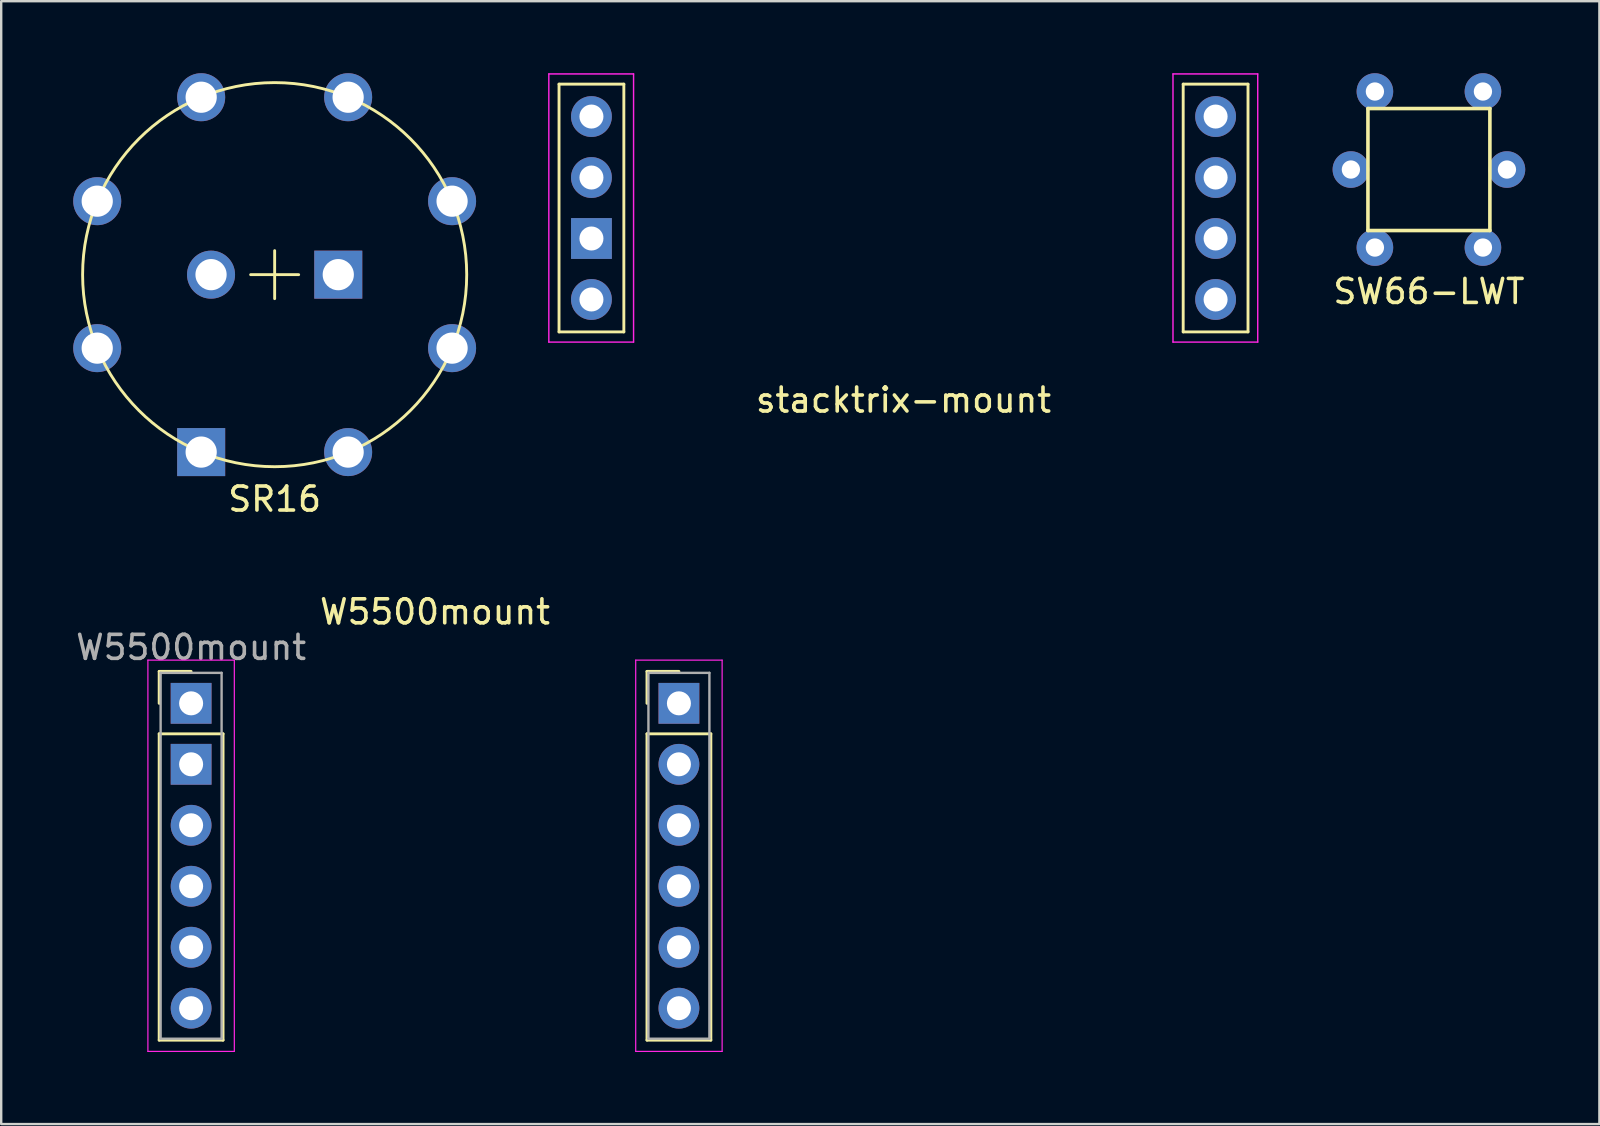
<source format=kicad_pcb>
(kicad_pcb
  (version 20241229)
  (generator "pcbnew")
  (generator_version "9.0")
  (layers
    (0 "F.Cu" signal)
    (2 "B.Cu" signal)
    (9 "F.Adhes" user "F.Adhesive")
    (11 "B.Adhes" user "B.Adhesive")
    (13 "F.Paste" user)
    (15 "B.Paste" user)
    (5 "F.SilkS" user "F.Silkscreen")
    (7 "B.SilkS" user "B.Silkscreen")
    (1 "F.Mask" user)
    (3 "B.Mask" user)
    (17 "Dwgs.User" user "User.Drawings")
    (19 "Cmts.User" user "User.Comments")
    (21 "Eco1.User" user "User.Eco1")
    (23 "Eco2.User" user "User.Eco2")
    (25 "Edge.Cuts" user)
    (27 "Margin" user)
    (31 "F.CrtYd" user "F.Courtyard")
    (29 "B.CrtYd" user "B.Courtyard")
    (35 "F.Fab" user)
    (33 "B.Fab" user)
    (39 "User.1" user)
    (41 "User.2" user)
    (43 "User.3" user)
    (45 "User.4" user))
  (footprint "SW66-LWT"
    (layer "F.Cu")
    (at 56.473 4.012)
    (property "Reference" "SW66-LWT" (at 0 5.08 0) (layer "F.SilkS") (effects (font (size 1 1) (thickness 0.15))))
    (attr through_hole)
    (fp_line (start -2.54 -2.54) (end 2.54 -2.54) (stroke (width 0.15) (type solid)) (layer "F.SilkS"))
    (fp_line (start -2.54 2.54) (end -2.54 -2.54) (stroke (width 0.15) (type solid)) (layer "F.SilkS"))
    (fp_line (start 2.54 -2.54) (end 2.54 2.54) (stroke (width 0.15) (type solid)) (layer "F.SilkS"))
    (fp_line (start 2.54 2.54) (end -2.54 2.54) (stroke (width 0.15) (type solid)) (layer "F.SilkS"))
    (pad "1" thru_hole circle (at -2.25 -3.25) (size 1.524 1.524) (drill 0.762) (layers "*.Cu" "*.Mask"))
    (pad "1" thru_hole circle (at -2.25 3.25) (size 1.524 1.524) (drill 0.762) (layers "*.Cu" "*.Mask"))
    (pad "2" thru_hole circle (at 2.25 -3.25) (size 1.524 1.524) (drill 0.762) (layers "*.Cu" "*.Mask"))
    (pad "2" thru_hole circle (at 2.25 3.25) (size 1.524 1.524) (drill 0.762) (layers "*.Cu" "*.Mask"))
    (pad "3" thru_hole circle (at -3.25 0) (size 1.524 1.524) (drill 0.762) (layers "*.Cu" "*.Mask"))
    (pad "4" thru_hole circle (at 3.25 0) (size 1.524 1.524) (drill 0.762) (layers "*.Cu" "*.Mask")))
  (footprint "W5500mount"
    (layer "F.Cu")
    (at 4.911 26.248)
    (property "Reference" "W5500mount" (at 10.16 -3.81 0) (layer "F.SilkS") (effects (font (size 1 1) (thickness 0.15))))
    (attr through_hole)
    (fp_line (start -1.33 -1.33) (end 0 -1.33) (stroke (width 0.12) (type solid)) (layer "F.SilkS"))
    (fp_line (start -1.33 0) (end -1.33 -1.33) (stroke (width 0.12) (type solid)) (layer "F.SilkS"))
    (fp_line (start -1.33 1.27) (end -1.33 14.03) (stroke (width 0.12) (type solid)) (layer "F.SilkS"))
    (fp_line (start -1.33 14.03) (end 1.33 14.03) (stroke (width 0.12) (type solid)) (layer "F.SilkS"))
    (fp_line (start 1.33 1.27) (end -1.33 1.27) (stroke (width 0.12) (type solid)) (layer "F.SilkS"))
    (fp_line (start 1.33 14.03) (end 1.33 1.27) (stroke (width 0.12) (type solid)) (layer "F.SilkS"))
    (fp_line (start 18.99 -1.33) (end 20.32 -1.33) (stroke (width 0.12) (type solid)) (layer "F.SilkS"))
    (fp_line (start 18.99 0) (end 18.99 -1.33) (stroke (width 0.12) (type solid)) (layer "F.SilkS"))
    (fp_line (start 18.99 1.27) (end 18.99 14.03) (stroke (width 0.12) (type solid)) (layer "F.SilkS"))
    (fp_line (start 18.99 14.03) (end 21.65 14.03) (stroke (width 0.12) (type solid)) (layer "F.SilkS"))
    (fp_line (start 21.65 1.27) (end 18.99 1.27) (stroke (width 0.12) (type solid)) (layer "F.SilkS"))
    (fp_line (start 21.65 14.03) (end 21.65 1.27) (stroke (width 0.12) (type solid)) (layer "F.SilkS"))
    (fp_line (start -1.8 -1.8) (end -1.8 14.5) (stroke (width 0.05) (type solid)) (layer "F.CrtYd"))
    (fp_line (start -1.8 14.5) (end 1.8 14.5) (stroke (width 0.05) (type solid)) (layer "F.CrtYd"))
    (fp_line (start 1.8 -1.8) (end -1.8 -1.8) (stroke (width 0.05) (type solid)) (layer "F.CrtYd"))
    (fp_line (start 1.8 14.5) (end 1.8 -1.8) (stroke (width 0.05) (type solid)) (layer "F.CrtYd"))
    (fp_line (start 18.52 -1.8) (end 18.52 14.5) (stroke (width 0.05) (type solid)) (layer "F.CrtYd"))
    (fp_line (start 18.52 14.5) (end 22.12 14.5) (stroke (width 0.05) (type solid)) (layer "F.CrtYd"))
    (fp_line (start 22.12 -1.8) (end 18.52 -1.8) (stroke (width 0.05) (type solid)) (layer "F.CrtYd"))
    (fp_line (start 22.12 14.5) (end 22.12 -1.8) (stroke (width 0.05) (type solid)) (layer "F.CrtYd"))
    (fp_line (start -1.27 -1.27) (end -1.27 13.97) (stroke (width 0.1) (type solid)) (layer "F.Fab"))
    (fp_line (start -1.27 13.97) (end 1.27 13.97) (stroke (width 0.1) (type solid)) (layer "F.Fab"))
    (fp_line (start 1.27 -1.27) (end -1.27 -1.27) (stroke (width 0.1) (type solid)) (layer "F.Fab"))
    (fp_line (start 1.27 13.97) (end 1.27 -1.27) (stroke (width 0.1) (type solid)) (layer "F.Fab"))
    (fp_line (start 19.05 -1.27) (end 19.05 13.97) (stroke (width 0.1) (type solid)) (layer "F.Fab"))
    (fp_line (start 19.05 13.97) (end 21.59 13.97) (stroke (width 0.1) (type solid)) (layer "F.Fab"))
    (fp_line (start 21.59 -1.27) (end 19.05 -1.27) (stroke (width 0.1) (type solid)) (layer "F.Fab"))
    (fp_line (start 21.59 13.97) (end 21.59 -1.27) (stroke (width 0.1) (type solid)) (layer "F.Fab"))
    (fp_text user "${REFERENCE}" (at 0 -2.33 0) (layer "F.Fab") (effects (font (size 1 1) (thickness 0.15))))
    (pad "1" thru_hole rect (at 0 0) (size 1.7 1.7) (drill 1) (layers "*.Cu" "*.Mask"))
    (pad "2" thru_hole rect (at 0 2.54) (size 1.7 1.7) (drill 1) (layers "*.Cu" "*.Mask"))
    (pad "3" thru_hole oval (at 0 5.08) (size 1.7 1.7) (drill 1) (layers "*.Cu" "*.Mask"))
    (pad "4" thru_hole oval (at 0 7.62) (size 1.7 1.7) (drill 1) (layers "*.Cu" "*.Mask"))
    (pad "5" thru_hole oval (at 0 10.16) (size 1.7 1.7) (drill 1) (layers "*.Cu" "*.Mask"))
    (pad "6" thru_hole oval (at 0 12.7) (size 1.7 1.7) (drill 1) (layers "*.Cu" "*.Mask"))
    (pad "7" thru_hole oval (at 20.32 12.7) (size 1.7 1.7) (drill 1) (layers "*.Cu" "*.Mask"))
    (pad "8" thru_hole oval (at 20.32 10.16) (size 1.7 1.7) (drill 1) (layers "*.Cu" "*.Mask"))
    (pad "9" thru_hole oval (at 20.32 7.62) (size 1.7 1.7) (drill 1) (layers "*.Cu" "*.Mask"))
    (pad "10" thru_hole oval (at 20.32 5.08) (size 1.7 1.7) (drill 1) (layers "*.Cu" "*.Mask"))
    (pad "11" thru_hole oval (at 20.32 2.54) (size 1.7 1.7) (drill 1) (layers "*.Cu" "*.Mask"))
    (pad "12" thru_hole rect (at 20.32 0) (size 1.7 1.7) (drill 1) (layers "*.Cu" "*.Mask")))
  (footprint "stacktrix-mount"
    (layer "F.Cu")
    (at 34.587 5.615)
    (property "Reference" "stacktrix-mount" (at 0 8 0) (layer "F.SilkS") (effects (font (size 1 1) (thickness 0.15))))
    (attr through_hole)
    (fp_line (start -14.35 -5.16) (end -14.35 5.16) (stroke (width 0.12) (type solid)) (layer "F.SilkS"))
    (fp_line (start -14.35 5.16) (end -11.65 5.16) (stroke (width 0.12) (type solid)) (layer "F.SilkS"))
    (fp_line (start -11.65 -5.16) (end -14.35 -5.16) (stroke (width 0.12) (type solid)) (layer "F.SilkS"))
    (fp_line (start -11.65 5.16) (end -11.65 -5.16) (stroke (width 0.12) (type solid)) (layer "F.SilkS"))
    (fp_line (start 11.65 -5.16) (end 11.65 5.16) (stroke (width 0.12) (type solid)) (layer "F.SilkS"))
    (fp_line (start 11.65 5.16) (end 14.35 5.16) (stroke (width 0.12) (type solid)) (layer "F.SilkS"))
    (fp_line (start 14.35 -5.16) (end 11.65 -5.16) (stroke (width 0.12) (type solid)) (layer "F.SilkS"))
    (fp_line (start 14.35 5.16) (end 14.35 -5.16) (stroke (width 0.12) (type solid)) (layer "F.SilkS"))
    (fp_line (start -14.775 -5.585) (end -14.775 5.585) (stroke (width 0.06) (type solid)) (layer "F.CrtYd"))
    (fp_line (start -14.775 5.585) (end -11.245 5.585) (stroke (width 0.06) (type solid)) (layer "F.CrtYd"))
    (fp_line (start -11.245 -5.585) (end -14.775 -5.585) (stroke (width 0.06) (type solid)) (layer "F.CrtYd"))
    (fp_line (start -11.245 5.585) (end -11.245 -5.585) (stroke (width 0.06) (type solid)) (layer "F.CrtYd"))
    (fp_line (start 11.225 -5.585) (end 11.225 5.585) (stroke (width 0.06) (type solid)) (layer "F.CrtYd"))
    (fp_line (start 11.225 5.585) (end 14.755 5.585) (stroke (width 0.06) (type solid)) (layer "F.CrtYd"))
    (fp_line (start 14.755 -5.585) (end 11.225 -5.585) (stroke (width 0.06) (type solid)) (layer "F.CrtYd"))
    (fp_line (start 14.755 5.585) (end 14.755 -5.585) (stroke (width 0.06) (type solid)) (layer "F.CrtYd"))
    (pad "1" thru_hole circle (at 13 -3.81) (size 1.7 1.7) (drill 1) (layers "*.Cu" "*.Mask"))
    (pad "2" thru_hole circle (at 13 -1.27) (size 1.7 1.7) (drill 1) (layers "*.Cu" "*.Mask"))
    (pad "3" thru_hole circle (at 13 1.27) (size 1.7 1.7) (drill 1) (layers "*.Cu" "*.Mask"))
    (pad "4" thru_hole circle (at 13 3.81) (size 1.7 1.7) (drill 1) (layers "*.Cu" "*.Mask"))
    (pad "5" thru_hole circle (at -13 3.81) (size 1.7 1.7) (drill 1) (layers "*.Cu" "*.Mask"))
    (pad "6" thru_hole rect (at -13 1.27) (size 1.7 1.7) (drill 1) (layers "*.Cu" "*.Mask"))
    (pad "7" thru_hole circle (at -13 -1.27) (size 1.7 1.7) (drill 1) (layers "*.Cu" "*.Mask"))
    (pad "8" thru_hole circle (at -13 -3.81) (size 1.7 1.7) (drill 1) (layers "*.Cu" "*.Mask")))
  (footprint "SR16"
    (layer "F.Cu")
    (at 8.391 8.391)
    (property "Reference" "SR16" (at 0 9.35 0) (layer "F.SilkS") (effects (font (size 1 1) (thickness 0.15))))
    (attr through_hole)
    (fp_line (start -1 0) (end 1 0) (stroke (width 0.12) (type solid)) (layer "F.SilkS"))
    (fp_line (start 0 -1) (end 0 1) (stroke (width 0.12) (type solid)) (layer "F.SilkS"))
    (fp_circle (center 0 0) (end 8 0) (stroke (width 0.12) (type solid)) (fill no) (layer "F.SilkS"))
    (pad "1" thru_hole rect (at -3.061 7.391) (size 2 2) (drill 1.3) (layers "*.Cu" "*.Mask"))
    (pad "2" thru_hole circle (at -7.391 3.061) (size 2 2) (drill 1.3) (layers "*.Cu" "*.Mask"))
    (pad "3" thru_hole circle (at -7.391 -3.061) (size 2 2) (drill 1.3) (layers "*.Cu" "*.Mask"))
    (pad "4" thru_hole circle (at -3.061 -7.391) (size 2 2) (drill 1.3) (layers "*.Cu" "*.Mask"))
    (pad "5" thru_hole circle (at 3.061 -7.391) (size 2 2) (drill 1.3) (layers "*.Cu" "*.Mask"))
    (pad "6" thru_hole circle (at 7.391 -3.061) (size 2 2) (drill 1.3) (layers "*.Cu" "*.Mask"))
    (pad "7" thru_hole circle (at 7.391 3.061) (size 2 2) (drill 1.3) (layers "*.Cu" "*.Mask"))
    (pad "8" thru_hole circle (at 3.061 7.391) (size 2 2) (drill 1.3) (layers "*.Cu" "*.Mask"))
    (pad "A" thru_hole rect (at 2.65 0) (size 2 2) (drill 1.3) (layers "*.Cu" "*.Mask"))
    (pad "B" thru_hole circle (at -2.65 0) (size 2 2) (drill 1.3) (layers "*.Cu" "*.Mask")))
  (gr_rect
    (start -3 -3)
    (end 63.574 43.773)
    (stroke (width 0.1) (type default))
    (fill no)
    (layer "Edge.Cuts")))
</source>
